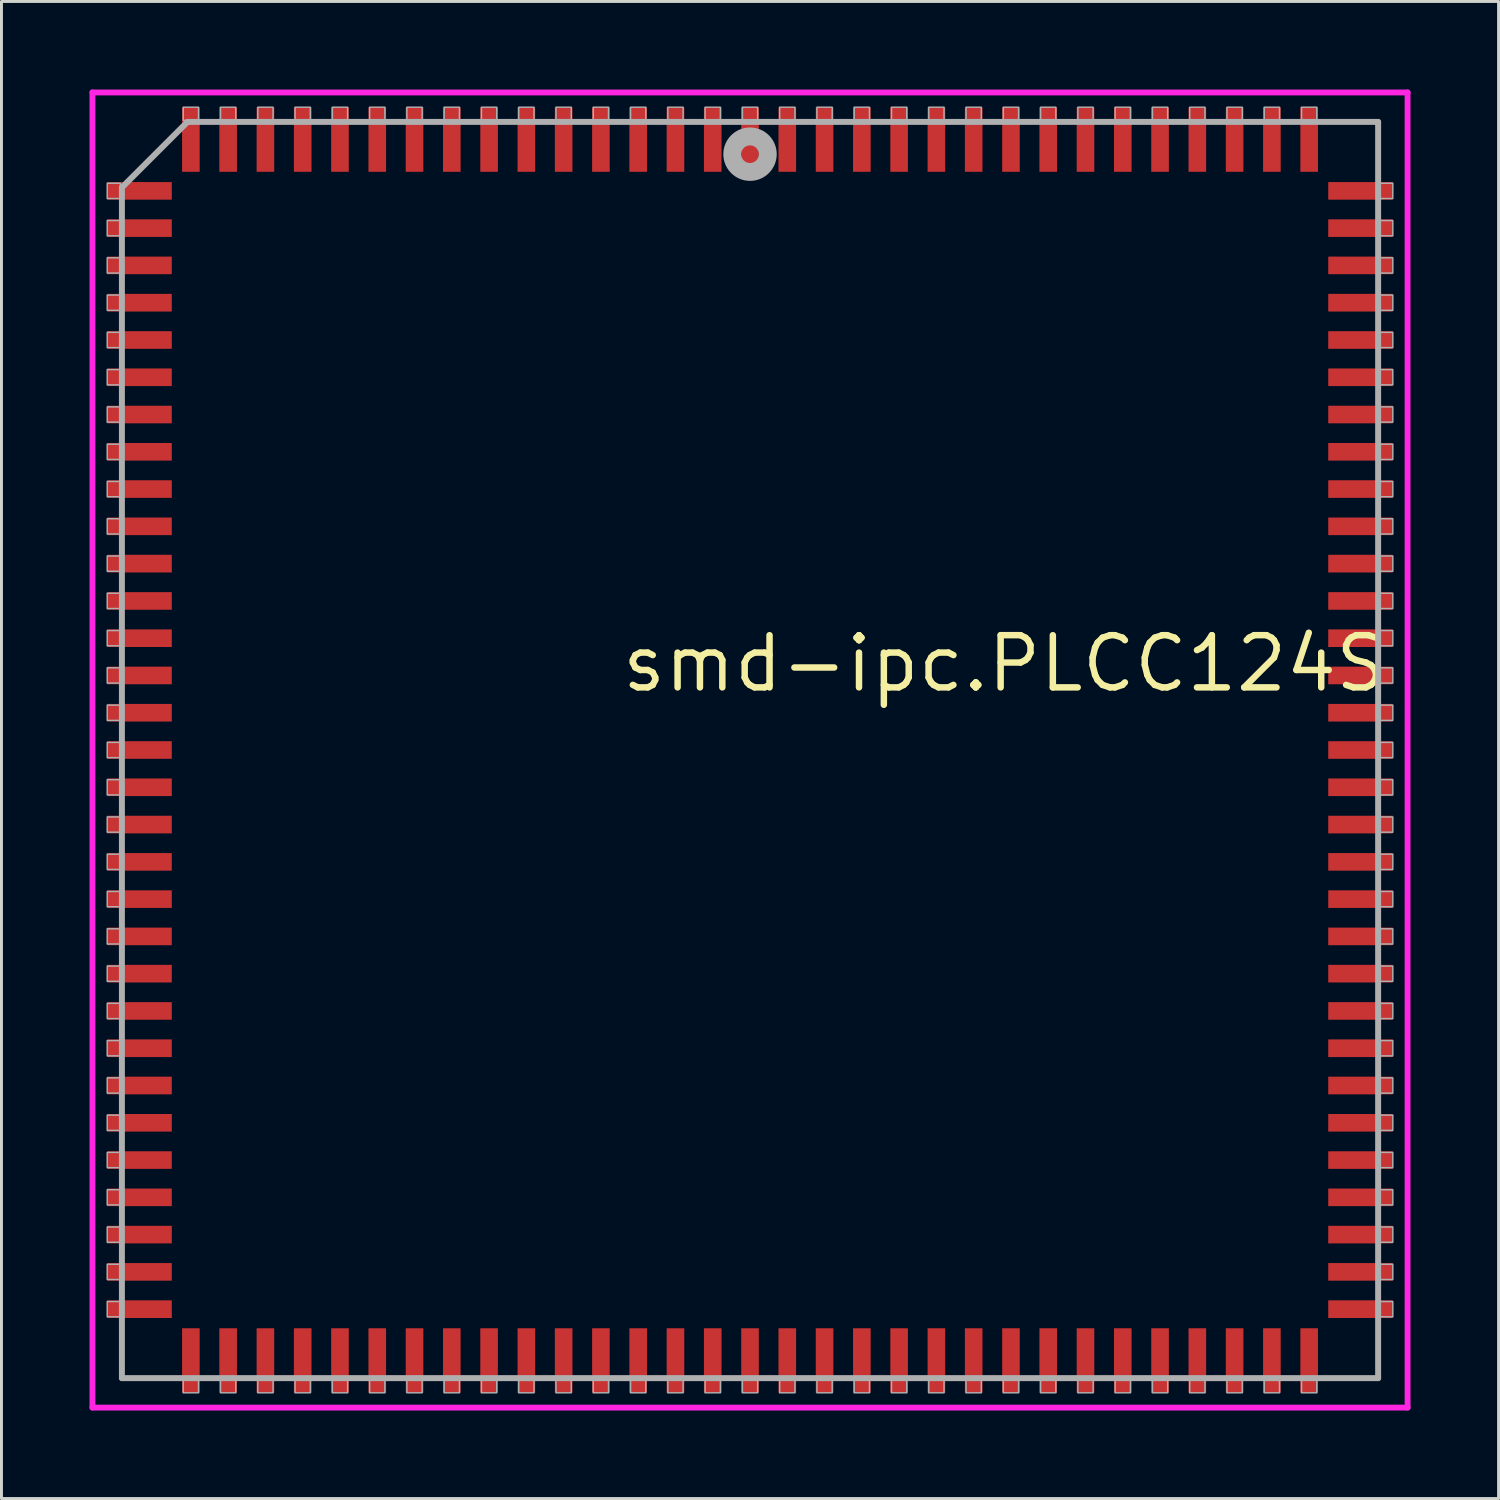
<source format=kicad_pcb>
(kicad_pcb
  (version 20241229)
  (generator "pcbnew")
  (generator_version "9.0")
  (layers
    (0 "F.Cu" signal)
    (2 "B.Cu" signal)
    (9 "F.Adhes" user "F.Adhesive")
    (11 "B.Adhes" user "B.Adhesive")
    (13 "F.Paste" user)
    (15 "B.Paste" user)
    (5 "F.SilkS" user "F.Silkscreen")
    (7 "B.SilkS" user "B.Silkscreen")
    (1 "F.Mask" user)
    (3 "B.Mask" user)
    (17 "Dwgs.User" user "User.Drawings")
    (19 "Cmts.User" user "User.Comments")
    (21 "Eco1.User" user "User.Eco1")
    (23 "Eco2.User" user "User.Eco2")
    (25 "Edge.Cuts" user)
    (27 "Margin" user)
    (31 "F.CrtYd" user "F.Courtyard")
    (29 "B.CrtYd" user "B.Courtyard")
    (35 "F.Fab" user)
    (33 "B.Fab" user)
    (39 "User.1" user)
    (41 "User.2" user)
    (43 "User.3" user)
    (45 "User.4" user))
  (footprint "smd-ipc.PLCC124S"
    (layer "F.Cu")
    (at 22.503 22.503)
    (property "Reference" "smd-ipc.PLCC124S" (at -4.475 -1.905 0) (layer "F.SilkS") (effects (font (size 1.778 1.778) (thickness 0.22)) (justify left bottom)))
    (attr smd)
    (fp_line (start -22.403 -22.403) (end 22.403 -22.403) (stroke (width 0.2) (type default)) (layer "F.CrtYd"))
    (fp_line (start -22.403 22.403) (end -22.403 -22.403) (stroke (width 0.2) (type default)) (layer "F.CrtYd"))
    (fp_line (start 22.403 -22.403) (end 22.403 22.403) (stroke (width 0.2) (type default)) (layer "F.CrtYd"))
    (fp_line (start 22.403 22.403) (end -22.403 22.403) (stroke (width 0.2) (type default)) (layer "F.CrtYd"))
    (fp_line (start -21.4 -19.165) (end -21.4 21.4) (stroke (width 0.203) (type default)) (layer "F.Fab"))
    (fp_line (start -21.4 21.4) (end 21.4 21.4) (stroke (width 0.203) (type default)) (layer "F.Fab"))
    (fp_line (start -19.165 -21.4) (end -21.4 -19.165) (stroke (width 0.203) (type default)) (layer "F.Fab"))
    (fp_line (start 21.4 -21.4) (end -19.165 -21.4) (stroke (width 0.203) (type default)) (layer "F.Fab"))
    (fp_line (start 21.4 21.4) (end 21.4 -21.4) (stroke (width 0.203) (type default)) (layer "F.Fab"))
    (fp_rect (start -21.9 -18.79) (end -21.45 -19.31) (stroke (width 0.05) (type default)) (fill no) (layer "F.Fab"))
    (fp_rect (start -21.9 -17.52) (end -21.45 -18.04) (stroke (width 0.05) (type default)) (fill no) (layer "F.Fab"))
    (fp_rect (start -21.9 -16.25) (end -21.45 -16.77) (stroke (width 0.05) (type default)) (fill no) (layer "F.Fab"))
    (fp_rect (start -21.9 -14.98) (end -21.45 -15.5) (stroke (width 0.05) (type default)) (fill no) (layer "F.Fab"))
    (fp_rect (start -21.9 -13.71) (end -21.45 -14.23) (stroke (width 0.05) (type default)) (fill no) (layer "F.Fab"))
    (fp_rect (start -21.9 -12.44) (end -21.45 -12.96) (stroke (width 0.05) (type default)) (fill no) (layer "F.Fab"))
    (fp_rect (start -21.9 -11.17) (end -21.45 -11.69) (stroke (width 0.05) (type default)) (fill no) (layer "F.Fab"))
    (fp_rect (start -21.9 -9.9) (end -21.45 -10.42) (stroke (width 0.05) (type default)) (fill no) (layer "F.Fab"))
    (fp_rect (start -21.9 -8.63) (end -21.45 -9.15) (stroke (width 0.05) (type default)) (fill no) (layer "F.Fab"))
    (fp_rect (start -21.9 -7.36) (end -21.45 -7.88) (stroke (width 0.05) (type default)) (fill no) (layer "F.Fab"))
    (fp_rect (start -21.9 -6.09) (end -21.45 -6.61) (stroke (width 0.05) (type default)) (fill no) (layer "F.Fab"))
    (fp_rect (start -21.9 -4.82) (end -21.45 -5.34) (stroke (width 0.05) (type default)) (fill no) (layer "F.Fab"))
    (fp_rect (start -21.9 -3.55) (end -21.45 -4.07) (stroke (width 0.05) (type default)) (fill no) (layer "F.Fab"))
    (fp_rect (start -21.9 -2.28) (end -21.45 -2.8) (stroke (width 0.05) (type default)) (fill no) (layer "F.Fab"))
    (fp_rect (start -21.9 -1.01) (end -21.45 -1.53) (stroke (width 0.05) (type default)) (fill no) (layer "F.Fab"))
    (fp_rect (start -21.9 0.26) (end -21.45 -0.26) (stroke (width 0.05) (type default)) (fill no) (layer "F.Fab"))
    (fp_rect (start -21.9 1.53) (end -21.45 1.01) (stroke (width 0.05) (type default)) (fill no) (layer "F.Fab"))
    (fp_rect (start -21.9 2.8) (end -21.45 2.28) (stroke (width 0.05) (type default)) (fill no) (layer "F.Fab"))
    (fp_rect (start -21.9 4.07) (end -21.45 3.55) (stroke (width 0.05) (type default)) (fill no) (layer "F.Fab"))
    (fp_rect (start -21.9 5.34) (end -21.45 4.82) (stroke (width 0.05) (type default)) (fill no) (layer "F.Fab"))
    (fp_rect (start -21.9 6.61) (end -21.45 6.09) (stroke (width 0.05) (type default)) (fill no) (layer "F.Fab"))
    (fp_rect (start -21.9 7.88) (end -21.45 7.36) (stroke (width 0.05) (type default)) (fill no) (layer "F.Fab"))
    (fp_rect (start -21.9 9.15) (end -21.45 8.63) (stroke (width 0.05) (type default)) (fill no) (layer "F.Fab"))
    (fp_rect (start -21.9 10.42) (end -21.45 9.9) (stroke (width 0.05) (type default)) (fill no) (layer "F.Fab"))
    (fp_rect (start -21.9 11.69) (end -21.45 11.17) (stroke (width 0.05) (type default)) (fill no) (layer "F.Fab"))
    (fp_rect (start -21.9 12.96) (end -21.45 12.44) (stroke (width 0.05) (type default)) (fill no) (layer "F.Fab"))
    (fp_rect (start -21.9 14.23) (end -21.45 13.71) (stroke (width 0.05) (type default)) (fill no) (layer "F.Fab"))
    (fp_rect (start -21.9 15.5) (end -21.45 14.98) (stroke (width 0.05) (type default)) (fill no) (layer "F.Fab"))
    (fp_rect (start -21.9 16.77) (end -21.45 16.25) (stroke (width 0.05) (type default)) (fill no) (layer "F.Fab"))
    (fp_rect (start -21.9 18.04) (end -21.45 17.52) (stroke (width 0.05) (type default)) (fill no) (layer "F.Fab"))
    (fp_rect (start -21.9 19.31) (end -21.45 18.79) (stroke (width 0.05) (type default)) (fill no) (layer "F.Fab"))
    (fp_rect (start -19.31 -21.45) (end -18.79 -21.9) (stroke (width 0.05) (type default)) (fill no) (layer "F.Fab"))
    (fp_rect (start -19.31 21.9) (end -18.79 21.45) (stroke (width 0.05) (type default)) (fill no) (layer "F.Fab"))
    (fp_rect (start -18.04 -21.45) (end -17.52 -21.9) (stroke (width 0.05) (type default)) (fill no) (layer "F.Fab"))
    (fp_rect (start -18.04 21.9) (end -17.52 21.45) (stroke (width 0.05) (type default)) (fill no) (layer "F.Fab"))
    (fp_rect (start -16.77 -21.45) (end -16.25 -21.9) (stroke (width 0.05) (type default)) (fill no) (layer "F.Fab"))
    (fp_rect (start -16.77 21.9) (end -16.25 21.45) (stroke (width 0.05) (type default)) (fill no) (layer "F.Fab"))
    (fp_rect (start -15.5 -21.45) (end -14.98 -21.9) (stroke (width 0.05) (type default)) (fill no) (layer "F.Fab"))
    (fp_rect (start -15.5 21.9) (end -14.98 21.45) (stroke (width 0.05) (type default)) (fill no) (layer "F.Fab"))
    (fp_rect (start -14.23 -21.45) (end -13.71 -21.9) (stroke (width 0.05) (type default)) (fill no) (layer "F.Fab"))
    (fp_rect (start -14.23 21.9) (end -13.71 21.45) (stroke (width 0.05) (type default)) (fill no) (layer "F.Fab"))
    (fp_rect (start -12.96 -21.45) (end -12.44 -21.9) (stroke (width 0.05) (type default)) (fill no) (layer "F.Fab"))
    (fp_rect (start -12.96 21.9) (end -12.44 21.45) (stroke (width 0.05) (type default)) (fill no) (layer "F.Fab"))
    (fp_rect (start -11.69 -21.45) (end -11.17 -21.9) (stroke (width 0.05) (type default)) (fill no) (layer "F.Fab"))
    (fp_rect (start -11.69 21.9) (end -11.17 21.45) (stroke (width 0.05) (type default)) (fill no) (layer "F.Fab"))
    (fp_rect (start -10.42 -21.45) (end -9.9 -21.9) (stroke (width 0.05) (type default)) (fill no) (layer "F.Fab"))
    (fp_rect (start -10.42 21.9) (end -9.9 21.45) (stroke (width 0.05) (type default)) (fill no) (layer "F.Fab"))
    (fp_rect (start -9.15 -21.45) (end -8.63 -21.9) (stroke (width 0.05) (type default)) (fill no) (layer "F.Fab"))
    (fp_rect (start -9.15 21.9) (end -8.63 21.45) (stroke (width 0.05) (type default)) (fill no) (layer "F.Fab"))
    (fp_rect (start -7.88 -21.45) (end -7.36 -21.9) (stroke (width 0.05) (type default)) (fill no) (layer "F.Fab"))
    (fp_rect (start -7.88 21.9) (end -7.36 21.45) (stroke (width 0.05) (type default)) (fill no) (layer "F.Fab"))
    (fp_rect (start -6.61 -21.45) (end -6.09 -21.9) (stroke (width 0.05) (type default)) (fill no) (layer "F.Fab"))
    (fp_rect (start -6.61 21.9) (end -6.09 21.45) (stroke (width 0.05) (type default)) (fill no) (layer "F.Fab"))
    (fp_rect (start -5.34 -21.45) (end -4.82 -21.9) (stroke (width 0.05) (type default)) (fill no) (layer "F.Fab"))
    (fp_rect (start -5.34 21.9) (end -4.82 21.45) (stroke (width 0.05) (type default)) (fill no) (layer "F.Fab"))
    (fp_rect (start -4.07 -21.45) (end -3.55 -21.9) (stroke (width 0.05) (type default)) (fill no) (layer "F.Fab"))
    (fp_rect (start -4.07 21.9) (end -3.55 21.45) (stroke (width 0.05) (type default)) (fill no) (layer "F.Fab"))
    (fp_rect (start -2.8 -21.45) (end -2.28 -21.9) (stroke (width 0.05) (type default)) (fill no) (layer "F.Fab"))
    (fp_rect (start -2.8 21.9) (end -2.28 21.45) (stroke (width 0.05) (type default)) (fill no) (layer "F.Fab"))
    (fp_rect (start -1.53 -21.45) (end -1.01 -21.9) (stroke (width 0.05) (type default)) (fill no) (layer "F.Fab"))
    (fp_rect (start -1.53 21.9) (end -1.01 21.45) (stroke (width 0.05) (type default)) (fill no) (layer "F.Fab"))
    (fp_rect (start -0.26 -21.45) (end 0.26 -21.9) (stroke (width 0.05) (type default)) (fill no) (layer "F.Fab"))
    (fp_rect (start -0.26 21.9) (end 0.26 21.45) (stroke (width 0.05) (type default)) (fill no) (layer "F.Fab"))
    (fp_rect (start 1.01 -21.45) (end 1.53 -21.9) (stroke (width 0.05) (type default)) (fill no) (layer "F.Fab"))
    (fp_rect (start 1.01 21.9) (end 1.53 21.45) (stroke (width 0.05) (type default)) (fill no) (layer "F.Fab"))
    (fp_rect (start 2.28 -21.45) (end 2.8 -21.9) (stroke (width 0.05) (type default)) (fill no) (layer "F.Fab"))
    (fp_rect (start 2.28 21.9) (end 2.8 21.45) (stroke (width 0.05) (type default)) (fill no) (layer "F.Fab"))
    (fp_rect (start 3.55 -21.45) (end 4.07 -21.9) (stroke (width 0.05) (type default)) (fill no) (layer "F.Fab"))
    (fp_rect (start 3.55 21.9) (end 4.07 21.45) (stroke (width 0.05) (type default)) (fill no) (layer "F.Fab"))
    (fp_rect (start 4.82 -21.45) (end 5.34 -21.9) (stroke (width 0.05) (type default)) (fill no) (layer "F.Fab"))
    (fp_rect (start 4.82 21.9) (end 5.34 21.45) (stroke (width 0.05) (type default)) (fill no) (layer "F.Fab"))
    (fp_rect (start 6.09 -21.45) (end 6.61 -21.9) (stroke (width 0.05) (type default)) (fill no) (layer "F.Fab"))
    (fp_rect (start 6.09 21.9) (end 6.61 21.45) (stroke (width 0.05) (type default)) (fill no) (layer "F.Fab"))
    (fp_rect (start 7.36 -21.45) (end 7.88 -21.9) (stroke (width 0.05) (type default)) (fill no) (layer "F.Fab"))
    (fp_rect (start 7.36 21.9) (end 7.88 21.45) (stroke (width 0.05) (type default)) (fill no) (layer "F.Fab"))
    (fp_rect (start 8.63 -21.45) (end 9.15 -21.9) (stroke (width 0.05) (type default)) (fill no) (layer "F.Fab"))
    (fp_rect (start 8.63 21.9) (end 9.15 21.45) (stroke (width 0.05) (type default)) (fill no) (layer "F.Fab"))
    (fp_rect (start 9.9 -21.45) (end 10.42 -21.9) (stroke (width 0.05) (type default)) (fill no) (layer "F.Fab"))
    (fp_rect (start 9.9 21.9) (end 10.42 21.45) (stroke (width 0.05) (type default)) (fill no) (layer "F.Fab"))
    (fp_rect (start 11.17 -21.45) (end 11.69 -21.9) (stroke (width 0.05) (type default)) (fill no) (layer "F.Fab"))
    (fp_rect (start 11.17 21.9) (end 11.69 21.45) (stroke (width 0.05) (type default)) (fill no) (layer "F.Fab"))
    (fp_rect (start 12.44 -21.45) (end 12.96 -21.9) (stroke (width 0.05) (type default)) (fill no) (layer "F.Fab"))
    (fp_rect (start 12.44 21.9) (end 12.96 21.45) (stroke (width 0.05) (type default)) (fill no) (layer "F.Fab"))
    (fp_rect (start 13.71 -21.45) (end 14.23 -21.9) (stroke (width 0.05) (type default)) (fill no) (layer "F.Fab"))
    (fp_rect (start 13.71 21.9) (end 14.23 21.45) (stroke (width 0.05) (type default)) (fill no) (layer "F.Fab"))
    (fp_rect (start 14.98 -21.45) (end 15.5 -21.9) (stroke (width 0.05) (type default)) (fill no) (layer "F.Fab"))
    (fp_rect (start 14.98 21.9) (end 15.5 21.45) (stroke (width 0.05) (type default)) (fill no) (layer "F.Fab"))
    (fp_rect (start 16.25 -21.45) (end 16.77 -21.9) (stroke (width 0.05) (type default)) (fill no) (layer "F.Fab"))
    (fp_rect (start 16.25 21.9) (end 16.77 21.45) (stroke (width 0.05) (type default)) (fill no) (layer "F.Fab"))
    (fp_rect (start 17.52 -21.45) (end 18.04 -21.9) (stroke (width 0.05) (type default)) (fill no) (layer "F.Fab"))
    (fp_rect (start 17.52 21.9) (end 18.04 21.45) (stroke (width 0.05) (type default)) (fill no) (layer "F.Fab"))
    (fp_rect (start 18.79 -21.45) (end 19.31 -21.9) (stroke (width 0.05) (type default)) (fill no) (layer "F.Fab"))
    (fp_rect (start 18.79 21.9) (end 19.31 21.45) (stroke (width 0.05) (type default)) (fill no) (layer "F.Fab"))
    (fp_rect (start 21.45 -18.79) (end 21.9 -19.31) (stroke (width 0.05) (type default)) (fill no) (layer "F.Fab"))
    (fp_rect (start 21.45 -17.52) (end 21.9 -18.04) (stroke (width 0.05) (type default)) (fill no) (layer "F.Fab"))
    (fp_rect (start 21.45 -16.25) (end 21.9 -16.77) (stroke (width 0.05) (type default)) (fill no) (layer "F.Fab"))
    (fp_rect (start 21.45 -14.98) (end 21.9 -15.5) (stroke (width 0.05) (type default)) (fill no) (layer "F.Fab"))
    (fp_rect (start 21.45 -13.71) (end 21.9 -14.23) (stroke (width 0.05) (type default)) (fill no) (layer "F.Fab"))
    (fp_rect (start 21.45 -12.44) (end 21.9 -12.96) (stroke (width 0.05) (type default)) (fill no) (layer "F.Fab"))
    (fp_rect (start 21.45 -11.17) (end 21.9 -11.69) (stroke (width 0.05) (type default)) (fill no) (layer "F.Fab"))
    (fp_rect (start 21.45 -9.9) (end 21.9 -10.42) (stroke (width 0.05) (type default)) (fill no) (layer "F.Fab"))
    (fp_rect (start 21.45 -8.63) (end 21.9 -9.15) (stroke (width 0.05) (type default)) (fill no) (layer "F.Fab"))
    (fp_rect (start 21.45 -7.36) (end 21.9 -7.88) (stroke (width 0.05) (type default)) (fill no) (layer "F.Fab"))
    (fp_rect (start 21.45 -6.09) (end 21.9 -6.61) (stroke (width 0.05) (type default)) (fill no) (layer "F.Fab"))
    (fp_rect (start 21.45 -4.82) (end 21.9 -5.34) (stroke (width 0.05) (type default)) (fill no) (layer "F.Fab"))
    (fp_rect (start 21.45 -3.55) (end 21.9 -4.07) (stroke (width 0.05) (type default)) (fill no) (layer "F.Fab"))
    (fp_rect (start 21.45 -2.28) (end 21.9 -2.8) (stroke (width 0.05) (type default)) (fill no) (layer "F.Fab"))
    (fp_rect (start 21.45 -1.01) (end 21.9 -1.53) (stroke (width 0.05) (type default)) (fill no) (layer "F.Fab"))
    (fp_rect (start 21.45 0.26) (end 21.9 -0.26) (stroke (width 0.05) (type default)) (fill no) (layer "F.Fab"))
    (fp_rect (start 21.45 1.53) (end 21.9 1.01) (stroke (width 0.05) (type default)) (fill no) (layer "F.Fab"))
    (fp_rect (start 21.45 2.8) (end 21.9 2.28) (stroke (width 0.05) (type default)) (fill no) (layer "F.Fab"))
    (fp_rect (start 21.45 4.07) (end 21.9 3.55) (stroke (width 0.05) (type default)) (fill no) (layer "F.Fab"))
    (fp_rect (start 21.45 5.34) (end 21.9 4.82) (stroke (width 0.05) (type default)) (fill no) (layer "F.Fab"))
    (fp_rect (start 21.45 6.61) (end 21.9 6.09) (stroke (width 0.05) (type default)) (fill no) (layer "F.Fab"))
    (fp_rect (start 21.45 7.88) (end 21.9 7.36) (stroke (width 0.05) (type default)) (fill no) (layer "F.Fab"))
    (fp_rect (start 21.45 9.15) (end 21.9 8.63) (stroke (width 0.05) (type default)) (fill no) (layer "F.Fab"))
    (fp_rect (start 21.45 10.42) (end 21.9 9.9) (stroke (width 0.05) (type default)) (fill no) (layer "F.Fab"))
    (fp_rect (start 21.45 11.69) (end 21.9 11.17) (stroke (width 0.05) (type default)) (fill no) (layer "F.Fab"))
    (fp_rect (start 21.45 12.96) (end 21.9 12.44) (stroke (width 0.05) (type default)) (fill no) (layer "F.Fab"))
    (fp_rect (start 21.45 14.23) (end 21.9 13.71) (stroke (width 0.05) (type default)) (fill no) (layer "F.Fab"))
    (fp_rect (start 21.45 15.5) (end 21.9 14.98) (stroke (width 0.05) (type default)) (fill no) (layer "F.Fab"))
    (fp_rect (start 21.45 16.77) (end 21.9 16.25) (stroke (width 0.05) (type default)) (fill no) (layer "F.Fab"))
    (fp_rect (start 21.45 18.04) (end 21.9 17.52) (stroke (width 0.05) (type default)) (fill no) (layer "F.Fab"))
    (fp_rect (start 21.45 19.31) (end 21.9 18.79) (stroke (width 0.05) (type default)) (fill no) (layer "F.Fab"))
    (fp_circle (center 0 -20.3) (end 0.3 -20.3) (stroke (width 0.61) (type default)) (fill no) (layer "F.Fab"))
    (pad "1" smd roundrect (at 0 -20.8) (size 0.6 2.2) (layers "F.Cu" "F.Mask" "F.Paste") (roundrect_rratio 0.01))
    (pad "2" smd roundrect (at -1.27 -20.8) (size 0.6 2.2) (layers "F.Cu" "F.Mask" "F.Paste") (roundrect_rratio 0.01))
    (pad "3" smd roundrect (at -2.54 -20.8) (size 0.6 2.2) (layers "F.Cu" "F.Mask" "F.Paste") (roundrect_rratio 0.01))
    (pad "4" smd roundrect (at -3.81 -20.8) (size 0.6 2.2) (layers "F.Cu" "F.Mask" "F.Paste") (roundrect_rratio 0.01))
    (pad "5" smd roundrect (at -5.08 -20.8) (size 0.6 2.2) (layers "F.Cu" "F.Mask" "F.Paste") (roundrect_rratio 0.01))
    (pad "6" smd roundrect (at -6.35 -20.8) (size 0.6 2.2) (layers "F.Cu" "F.Mask" "F.Paste") (roundrect_rratio 0.01))
    (pad "7" smd roundrect (at -7.62 -20.8) (size 0.6 2.2) (layers "F.Cu" "F.Mask" "F.Paste") (roundrect_rratio 0.01))
    (pad "8" smd roundrect (at -8.89 -20.8) (size 0.6 2.2) (layers "F.Cu" "F.Mask" "F.Paste") (roundrect_rratio 0.01))
    (pad "9" smd roundrect (at -10.16 -20.8) (size 0.6 2.2) (layers "F.Cu" "F.Mask" "F.Paste") (roundrect_rratio 0.01))
    (pad "10" smd roundrect (at -11.43 -20.8) (size 0.6 2.2) (layers "F.Cu" "F.Mask" "F.Paste") (roundrect_rratio 0.01))
    (pad "11" smd roundrect (at -12.7 -20.8) (size 0.6 2.2) (layers "F.Cu" "F.Mask" "F.Paste") (roundrect_rratio 0.01))
    (pad "12" smd roundrect (at -13.97 -20.8) (size 0.6 2.2) (layers "F.Cu" "F.Mask" "F.Paste") (roundrect_rratio 0.01))
    (pad "13" smd roundrect (at -15.24 -20.8) (size 0.6 2.2) (layers "F.Cu" "F.Mask" "F.Paste") (roundrect_rratio 0.01))
    (pad "14" smd roundrect (at -16.51 -20.8) (size 0.6 2.2) (layers "F.Cu" "F.Mask" "F.Paste") (roundrect_rratio 0.01))
    (pad "15" smd roundrect (at -17.78 -20.8) (size 0.6 2.2) (layers "F.Cu" "F.Mask" "F.Paste") (roundrect_rratio 0.01))
    (pad "16" smd roundrect (at -19.05 -20.8) (size 0.6 2.2) (layers "F.Cu" "F.Mask" "F.Paste") (roundrect_rratio 0.01))
    (pad "17" smd roundrect (at -20.8 -19.05) (size 2.2 0.6) (layers "F.Cu" "F.Mask" "F.Paste") (roundrect_rratio 0.01))
    (pad "18" smd roundrect (at -20.8 -17.78) (size 2.2 0.6) (layers "F.Cu" "F.Mask" "F.Paste") (roundrect_rratio 0.01))
    (pad "19" smd roundrect (at -20.8 -16.51) (size 2.2 0.6) (layers "F.Cu" "F.Mask" "F.Paste") (roundrect_rratio 0.01))
    (pad "20" smd roundrect (at -20.8 -15.24) (size 2.2 0.6) (layers "F.Cu" "F.Mask" "F.Paste") (roundrect_rratio 0.01))
    (pad "21" smd roundrect (at -20.8 -13.97) (size 2.2 0.6) (layers "F.Cu" "F.Mask" "F.Paste") (roundrect_rratio 0.01))
    (pad "22" smd roundrect (at -20.8 -12.7) (size 2.2 0.6) (layers "F.Cu" "F.Mask" "F.Paste") (roundrect_rratio 0.01))
    (pad "23" smd roundrect (at -20.8 -11.43) (size 2.2 0.6) (layers "F.Cu" "F.Mask" "F.Paste") (roundrect_rratio 0.01))
    (pad "24" smd roundrect (at -20.8 -10.16) (size 2.2 0.6) (layers "F.Cu" "F.Mask" "F.Paste") (roundrect_rratio 0.01))
    (pad "25" smd roundrect (at -20.8 -8.89) (size 2.2 0.6) (layers "F.Cu" "F.Mask" "F.Paste") (roundrect_rratio 0.01))
    (pad "26" smd roundrect (at -20.8 -7.62) (size 2.2 0.6) (layers "F.Cu" "F.Mask" "F.Paste") (roundrect_rratio 0.01))
    (pad "27" smd roundrect (at -20.8 -6.35) (size 2.2 0.6) (layers "F.Cu" "F.Mask" "F.Paste") (roundrect_rratio 0.01))
    (pad "28" smd roundrect (at -20.8 -5.08) (size 2.2 0.6) (layers "F.Cu" "F.Mask" "F.Paste") (roundrect_rratio 0.01))
    (pad "29" smd roundrect (at -20.8 -3.81) (size 2.2 0.6) (layers "F.Cu" "F.Mask" "F.Paste") (roundrect_rratio 0.01))
    (pad "30" smd roundrect (at -20.8 -2.54) (size 2.2 0.6) (layers "F.Cu" "F.Mask" "F.Paste") (roundrect_rratio 0.01))
    (pad "31" smd roundrect (at -20.8 -1.27) (size 2.2 0.6) (layers "F.Cu" "F.Mask" "F.Paste") (roundrect_rratio 0.01))
    (pad "32" smd roundrect (at -20.8 0) (size 2.2 0.6) (layers "F.Cu" "F.Mask" "F.Paste") (roundrect_rratio 0.01))
    (pad "33" smd roundrect (at -20.8 1.27) (size 2.2 0.6) (layers "F.Cu" "F.Mask" "F.Paste") (roundrect_rratio 0.01))
    (pad "34" smd roundrect (at -20.8 2.54) (size 2.2 0.6) (layers "F.Cu" "F.Mask" "F.Paste") (roundrect_rratio 0.01))
    (pad "35" smd roundrect (at -20.8 3.81) (size 2.2 0.6) (layers "F.Cu" "F.Mask" "F.Paste") (roundrect_rratio 0.01))
    (pad "36" smd roundrect (at -20.8 5.08) (size 2.2 0.6) (layers "F.Cu" "F.Mask" "F.Paste") (roundrect_rratio 0.01))
    (pad "37" smd roundrect (at -20.8 6.35) (size 2.2 0.6) (layers "F.Cu" "F.Mask" "F.Paste") (roundrect_rratio 0.01))
    (pad "38" smd roundrect (at -20.8 7.62) (size 2.2 0.6) (layers "F.Cu" "F.Mask" "F.Paste") (roundrect_rratio 0.01))
    (pad "39" smd roundrect (at -20.8 8.89) (size 2.2 0.6) (layers "F.Cu" "F.Mask" "F.Paste") (roundrect_rratio 0.01))
    (pad "40" smd roundrect (at -20.8 10.16) (size 2.2 0.6) (layers "F.Cu" "F.Mask" "F.Paste") (roundrect_rratio 0.01))
    (pad "41" smd roundrect (at -20.8 11.43) (size 2.2 0.6) (layers "F.Cu" "F.Mask" "F.Paste") (roundrect_rratio 0.01))
    (pad "42" smd roundrect (at -20.8 12.7) (size 2.2 0.6) (layers "F.Cu" "F.Mask" "F.Paste") (roundrect_rratio 0.01))
    (pad "43" smd roundrect (at -20.8 13.97) (size 2.2 0.6) (layers "F.Cu" "F.Mask" "F.Paste") (roundrect_rratio 0.01))
    (pad "44" smd roundrect (at -20.8 15.24) (size 2.2 0.6) (layers "F.Cu" "F.Mask" "F.Paste") (roundrect_rratio 0.01))
    (pad "45" smd roundrect (at -20.8 16.51) (size 2.2 0.6) (layers "F.Cu" "F.Mask" "F.Paste") (roundrect_rratio 0.01))
    (pad "46" smd roundrect (at -20.8 17.78) (size 2.2 0.6) (layers "F.Cu" "F.Mask" "F.Paste") (roundrect_rratio 0.01))
    (pad "47" smd roundrect (at -20.8 19.05) (size 2.2 0.6) (layers "F.Cu" "F.Mask" "F.Paste") (roundrect_rratio 0.01))
    (pad "48" smd roundrect (at -19.05 20.8) (size 0.6 2.2) (layers "F.Cu" "F.Mask" "F.Paste") (roundrect_rratio 0.01))
    (pad "49" smd roundrect (at -17.78 20.8) (size 0.6 2.2) (layers "F.Cu" "F.Mask" "F.Paste") (roundrect_rratio 0.01))
    (pad "50" smd roundrect (at -16.51 20.8) (size 0.6 2.2) (layers "F.Cu" "F.Mask" "F.Paste") (roundrect_rratio 0.01))
    (pad "51" smd roundrect (at -15.24 20.8) (size 0.6 2.2) (layers "F.Cu" "F.Mask" "F.Paste") (roundrect_rratio 0.01))
    (pad "52" smd roundrect (at -13.97 20.8) (size 0.6 2.2) (layers "F.Cu" "F.Mask" "F.Paste") (roundrect_rratio 0.01))
    (pad "53" smd roundrect (at -12.7 20.8) (size 0.6 2.2) (layers "F.Cu" "F.Mask" "F.Paste") (roundrect_rratio 0.01))
    (pad "54" smd roundrect (at -11.43 20.8) (size 0.6 2.2) (layers "F.Cu" "F.Mask" "F.Paste") (roundrect_rratio 0.01))
    (pad "55" smd roundrect (at -10.16 20.8) (size 0.6 2.2) (layers "F.Cu" "F.Mask" "F.Paste") (roundrect_rratio 0.01))
    (pad "56" smd roundrect (at -8.89 20.8) (size 0.6 2.2) (layers "F.Cu" "F.Mask" "F.Paste") (roundrect_rratio 0.01))
    (pad "57" smd roundrect (at -7.62 20.8) (size 0.6 2.2) (layers "F.Cu" "F.Mask" "F.Paste") (roundrect_rratio 0.01))
    (pad "58" smd roundrect (at -6.35 20.8) (size 0.6 2.2) (layers "F.Cu" "F.Mask" "F.Paste") (roundrect_rratio 0.01))
    (pad "59" smd roundrect (at -5.08 20.8) (size 0.6 2.2) (layers "F.Cu" "F.Mask" "F.Paste") (roundrect_rratio 0.01))
    (pad "60" smd roundrect (at -3.81 20.8) (size 0.6 2.2) (layers "F.Cu" "F.Mask" "F.Paste") (roundrect_rratio 0.01))
    (pad "61" smd roundrect (at -2.54 20.8) (size 0.6 2.2) (layers "F.Cu" "F.Mask" "F.Paste") (roundrect_rratio 0.01))
    (pad "62" smd roundrect (at -1.27 20.8) (size 0.6 2.2) (layers "F.Cu" "F.Mask" "F.Paste") (roundrect_rratio 0.01))
    (pad "63" smd roundrect (at 0 20.8) (size 0.6 2.2) (layers "F.Cu" "F.Mask" "F.Paste") (roundrect_rratio 0.01))
    (pad "64" smd roundrect (at 1.27 20.8) (size 0.6 2.2) (layers "F.Cu" "F.Mask" "F.Paste") (roundrect_rratio 0.01))
    (pad "65" smd roundrect (at 2.54 20.8) (size 0.6 2.2) (layers "F.Cu" "F.Mask" "F.Paste") (roundrect_rratio 0.01))
    (pad "66" smd roundrect (at 3.81 20.8) (size 0.6 2.2) (layers "F.Cu" "F.Mask" "F.Paste") (roundrect_rratio 0.01))
    (pad "67" smd roundrect (at 5.08 20.8) (size 0.6 2.2) (layers "F.Cu" "F.Mask" "F.Paste") (roundrect_rratio 0.01))
    (pad "68" smd roundrect (at 6.35 20.8) (size 0.6 2.2) (layers "F.Cu" "F.Mask" "F.Paste") (roundrect_rratio 0.01))
    (pad "69" smd roundrect (at 7.62 20.8) (size 0.6 2.2) (layers "F.Cu" "F.Mask" "F.Paste") (roundrect_rratio 0.01))
    (pad "70" smd roundrect (at 8.89 20.8) (size 0.6 2.2) (layers "F.Cu" "F.Mask" "F.Paste") (roundrect_rratio 0.01))
    (pad "71" smd roundrect (at 10.16 20.8) (size 0.6 2.2) (layers "F.Cu" "F.Mask" "F.Paste") (roundrect_rratio 0.01))
    (pad "72" smd roundrect (at 11.43 20.8) (size 0.6 2.2) (layers "F.Cu" "F.Mask" "F.Paste") (roundrect_rratio 0.01))
    (pad "73" smd roundrect (at 12.7 20.8) (size 0.6 2.2) (layers "F.Cu" "F.Mask" "F.Paste") (roundrect_rratio 0.01))
    (pad "74" smd roundrect (at 13.97 20.8) (size 0.6 2.2) (layers "F.Cu" "F.Mask" "F.Paste") (roundrect_rratio 0.01))
    (pad "75" smd roundrect (at 15.24 20.8) (size 0.6 2.2) (layers "F.Cu" "F.Mask" "F.Paste") (roundrect_rratio 0.01))
    (pad "76" smd roundrect (at 16.51 20.8) (size 0.6 2.2) (layers "F.Cu" "F.Mask" "F.Paste") (roundrect_rratio 0.01))
    (pad "77" smd roundrect (at 17.78 20.8) (size 0.6 2.2) (layers "F.Cu" "F.Mask" "F.Paste") (roundrect_rratio 0.01))
    (pad "78" smd roundrect (at 19.05 20.8) (size 0.6 2.2) (layers "F.Cu" "F.Mask" "F.Paste") (roundrect_rratio 0.01))
    (pad "79" smd roundrect (at 20.8 19.05) (size 2.2 0.6) (layers "F.Cu" "F.Mask" "F.Paste") (roundrect_rratio 0.01))
    (pad "80" smd roundrect (at 20.8 17.78) (size 2.2 0.6) (layers "F.Cu" "F.Mask" "F.Paste") (roundrect_rratio 0.01))
    (pad "81" smd roundrect (at 20.8 16.51) (size 2.2 0.6) (layers "F.Cu" "F.Mask" "F.Paste") (roundrect_rratio 0.01))
    (pad "82" smd roundrect (at 20.8 15.24) (size 2.2 0.6) (layers "F.Cu" "F.Mask" "F.Paste") (roundrect_rratio 0.01))
    (pad "83" smd roundrect (at 20.8 13.97) (size 2.2 0.6) (layers "F.Cu" "F.Mask" "F.Paste") (roundrect_rratio 0.01))
    (pad "84" smd roundrect (at 20.8 12.7) (size 2.2 0.6) (layers "F.Cu" "F.Mask" "F.Paste") (roundrect_rratio 0.01))
    (pad "85" smd roundrect (at 20.8 11.43) (size 2.2 0.6) (layers "F.Cu" "F.Mask" "F.Paste") (roundrect_rratio 0.01))
    (pad "86" smd roundrect (at 20.8 10.16) (size 2.2 0.6) (layers "F.Cu" "F.Mask" "F.Paste") (roundrect_rratio 0.01))
    (pad "87" smd roundrect (at 20.8 8.89) (size 2.2 0.6) (layers "F.Cu" "F.Mask" "F.Paste") (roundrect_rratio 0.01))
    (pad "88" smd roundrect (at 20.8 7.62) (size 2.2 0.6) (layers "F.Cu" "F.Mask" "F.Paste") (roundrect_rratio 0.01))
    (pad "89" smd roundrect (at 20.8 6.35) (size 2.2 0.6) (layers "F.Cu" "F.Mask" "F.Paste") (roundrect_rratio 0.01))
    (pad "90" smd roundrect (at 20.8 5.08) (size 2.2 0.6) (layers "F.Cu" "F.Mask" "F.Paste") (roundrect_rratio 0.01))
    (pad "91" smd roundrect (at 20.8 3.81) (size 2.2 0.6) (layers "F.Cu" "F.Mask" "F.Paste") (roundrect_rratio 0.01))
    (pad "92" smd roundrect (at 20.8 2.54) (size 2.2 0.6) (layers "F.Cu" "F.Mask" "F.Paste") (roundrect_rratio 0.01))
    (pad "93" smd roundrect (at 20.8 1.27) (size 2.2 0.6) (layers "F.Cu" "F.Mask" "F.Paste") (roundrect_rratio 0.01))
    (pad "94" smd roundrect (at 20.8 0) (size 2.2 0.6) (layers "F.Cu" "F.Mask" "F.Paste") (roundrect_rratio 0.01))
    (pad "95" smd roundrect (at 20.8 -1.27) (size 2.2 0.6) (layers "F.Cu" "F.Mask" "F.Paste") (roundrect_rratio 0.01))
    (pad "96" smd roundrect (at 20.8 -2.54) (size 2.2 0.6) (layers "F.Cu" "F.Mask" "F.Paste") (roundrect_rratio 0.01))
    (pad "97" smd roundrect (at 20.8 -3.81) (size 2.2 0.6) (layers "F.Cu" "F.Mask" "F.Paste") (roundrect_rratio 0.01))
    (pad "98" smd roundrect (at 20.8 -5.08) (size 2.2 0.6) (layers "F.Cu" "F.Mask" "F.Paste") (roundrect_rratio 0.01))
    (pad "99" smd roundrect (at 20.8 -6.35) (size 2.2 0.6) (layers "F.Cu" "F.Mask" "F.Paste") (roundrect_rratio 0.01))
    (pad "100" smd roundrect (at 20.8 -7.62) (size 2.2 0.6) (layers "F.Cu" "F.Mask" "F.Paste") (roundrect_rratio 0.01))
    (pad "101" smd roundrect (at 20.8 -8.89) (size 2.2 0.6) (layers "F.Cu" "F.Mask" "F.Paste") (roundrect_rratio 0.01))
    (pad "102" smd roundrect (at 20.8 -10.16) (size 2.2 0.6) (layers "F.Cu" "F.Mask" "F.Paste") (roundrect_rratio 0.01))
    (pad "103" smd roundrect (at 20.8 -11.43) (size 2.2 0.6) (layers "F.Cu" "F.Mask" "F.Paste") (roundrect_rratio 0.01))
    (pad "104" smd roundrect (at 20.8 -12.7) (size 2.2 0.6) (layers "F.Cu" "F.Mask" "F.Paste") (roundrect_rratio 0.01))
    (pad "105" smd roundrect (at 20.8 -13.97) (size 2.2 0.6) (layers "F.Cu" "F.Mask" "F.Paste") (roundrect_rratio 0.01))
    (pad "106" smd roundrect (at 20.8 -15.24) (size 2.2 0.6) (layers "F.Cu" "F.Mask" "F.Paste") (roundrect_rratio 0.01))
    (pad "107" smd roundrect (at 20.8 -16.51) (size 2.2 0.6) (layers "F.Cu" "F.Mask" "F.Paste") (roundrect_rratio 0.01))
    (pad "108" smd roundrect (at 20.8 -17.78) (size 2.2 0.6) (layers "F.Cu" "F.Mask" "F.Paste") (roundrect_rratio 0.01))
    (pad "109" smd roundrect (at 20.8 -19.05) (size 2.2 0.6) (layers "F.Cu" "F.Mask" "F.Paste") (roundrect_rratio 0.01))
    (pad "110" smd roundrect (at 19.05 -20.8) (size 0.6 2.2) (layers "F.Cu" "F.Mask" "F.Paste") (roundrect_rratio 0.01))
    (pad "111" smd roundrect (at 17.78 -20.8) (size 0.6 2.2) (layers "F.Cu" "F.Mask" "F.Paste") (roundrect_rratio 0.01))
    (pad "112" smd roundrect (at 16.51 -20.8) (size 0.6 2.2) (layers "F.Cu" "F.Mask" "F.Paste") (roundrect_rratio 0.01))
    (pad "113" smd roundrect (at 15.24 -20.8) (size 0.6 2.2) (layers "F.Cu" "F.Mask" "F.Paste") (roundrect_rratio 0.01))
    (pad "114" smd roundrect (at 13.97 -20.8) (size 0.6 2.2) (layers "F.Cu" "F.Mask" "F.Paste") (roundrect_rratio 0.01))
    (pad "115" smd roundrect (at 12.7 -20.8) (size 0.6 2.2) (layers "F.Cu" "F.Mask" "F.Paste") (roundrect_rratio 0.01))
    (pad "116" smd roundrect (at 11.43 -20.8) (size 0.6 2.2) (layers "F.Cu" "F.Mask" "F.Paste") (roundrect_rratio 0.01))
    (pad "117" smd roundrect (at 10.16 -20.8) (size 0.6 2.2) (layers "F.Cu" "F.Mask" "F.Paste") (roundrect_rratio 0.01))
    (pad "118" smd roundrect (at 8.89 -20.8) (size 0.6 2.2) (layers "F.Cu" "F.Mask" "F.Paste") (roundrect_rratio 0.01))
    (pad "119" smd roundrect (at 7.62 -20.8) (size 0.6 2.2) (layers "F.Cu" "F.Mask" "F.Paste") (roundrect_rratio 0.01))
    (pad "120" smd roundrect (at 6.35 -20.8) (size 0.6 2.2) (layers "F.Cu" "F.Mask" "F.Paste") (roundrect_rratio 0.01))
    (pad "121" smd roundrect (at 5.08 -20.8) (size 0.6 2.2) (layers "F.Cu" "F.Mask" "F.Paste") (roundrect_rratio 0.01))
    (pad "122" smd roundrect (at 3.81 -20.8) (size 0.6 2.2) (layers "F.Cu" "F.Mask" "F.Paste") (roundrect_rratio 0.01))
    (pad "123" smd roundrect (at 2.54 -20.8) (size 0.6 2.2) (layers "F.Cu" "F.Mask" "F.Paste") (roundrect_rratio 0.01))
    (pad "124" smd roundrect (at 1.27 -20.8) (size 0.6 2.2) (layers "F.Cu" "F.Mask" "F.Paste") (roundrect_rratio 0.01)))
  (gr_rect
    (start -3 -3)
    (end 48.006 48.006)
    (stroke (width 0.1) (type default))
    (fill no)
    (layer "Edge.Cuts")))
</source>
